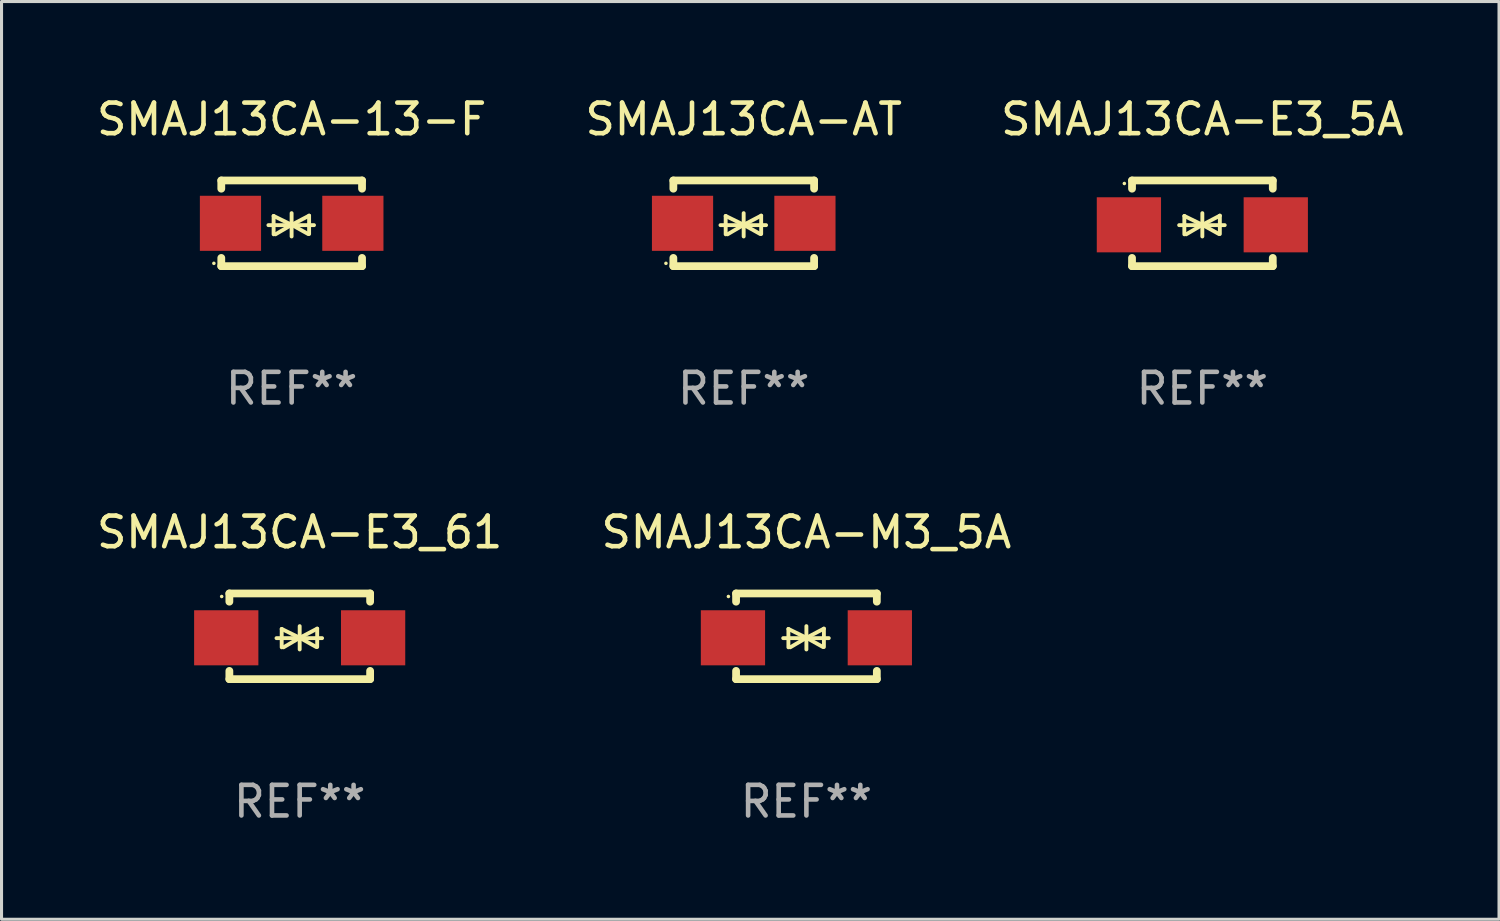
<source format=kicad_pcb>
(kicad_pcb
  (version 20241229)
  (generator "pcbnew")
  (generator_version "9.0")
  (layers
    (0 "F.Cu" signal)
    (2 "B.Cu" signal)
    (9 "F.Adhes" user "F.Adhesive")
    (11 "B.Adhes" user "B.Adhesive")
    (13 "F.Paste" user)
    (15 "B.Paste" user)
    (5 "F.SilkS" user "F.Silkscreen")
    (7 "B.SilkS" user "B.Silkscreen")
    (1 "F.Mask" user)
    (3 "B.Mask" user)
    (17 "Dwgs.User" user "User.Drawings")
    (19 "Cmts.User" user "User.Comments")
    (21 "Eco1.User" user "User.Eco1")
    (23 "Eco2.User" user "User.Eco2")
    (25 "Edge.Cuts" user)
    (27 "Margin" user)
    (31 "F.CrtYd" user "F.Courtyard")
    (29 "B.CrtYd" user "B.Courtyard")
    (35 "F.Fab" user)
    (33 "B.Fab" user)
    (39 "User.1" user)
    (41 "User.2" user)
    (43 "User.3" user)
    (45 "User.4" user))
  (footprint "SMAJ13CA-E3_5A"
    (layer "F.Cu")
    (at 36.244 4.248)
    (property "Reference" "SMAJ13CA-E3_5A" (at 0 -3.4 0) (layer "F.SilkS") (effects (font (size 1 1) (thickness 0.15))))
    (attr through_hole)
    (fp_line (start -2.298 -1.4) (end -2.298 -1.131) (stroke (width 0.254) (type solid)) (layer "F.SilkS"))
    (fp_line (start -2.298 -1.4) (end 2.302 -1.4) (stroke (width 0.254) (type solid)) (layer "F.SilkS"))
    (fp_line (start -2.298 1.131) (end -2.298 1.4) (stroke (width 0.254) (type solid)) (layer "F.SilkS"))
    (fp_line (start -2.298 1.4) (end 2.302 1.4) (stroke (width 0.254) (type solid)) (layer "F.SilkS"))
    (fp_line (start -0.758 0.06) (end 0.732 0.06) (stroke (width 0.127) (type solid)) (layer "F.SilkS"))
    (fp_line (start -0.588 -0.24) (end -0.588 0.36) (stroke (width 0.127) (type solid)) (layer "F.SilkS"))
    (fp_line (start -0.588 -0.24) (end 0.000025 0.049) (stroke (width 0.127) (type solid)) (layer "F.SilkS"))
    (fp_line (start -0.528 0.36) (end 0.000025 0.049) (stroke (width 0.127) (type solid)) (layer "F.SilkS"))
    (fp_line (start 0.000025 0.049) (end 0.000025 -0.332) (stroke (width 0.127) (type solid)) (layer "F.SilkS"))
    (fp_line (start 0.000025 0.049) (end 0.000025 0.43) (stroke (width 0.127) (type solid)) (layer "F.SilkS"))
    (fp_line (start 0.542 0.35) (end 0.000025 0.049) (stroke (width 0.127) (type solid)) (layer "F.SilkS"))
    (fp_line (start 0.572 -0.25) (end 0.000025 0.049) (stroke (width 0.127) (type solid)) (layer "F.SilkS"))
    (fp_line (start 0.572 -0.25) (end 0.572 0.35) (stroke (width 0.127) (type solid)) (layer "F.SilkS"))
    (fp_line (start 2.302 -1.4) (end 2.302 -1.131) (stroke (width 0.254) (type solid)) (layer "F.SilkS"))
    (fp_line (start 2.302 1.131) (end 2.302 1.4) (stroke (width 0.254) (type solid)) (layer "F.SilkS"))
    (fp_circle (center -2.549 -1.301) (end -2.519 -1.301) (stroke (width 0.06) (type solid)) (fill no) (layer "F.SilkS"))
    (fp_text user "REF**" (at 0 5.4 0) (layer "F.Fab") (effects (font (size 1 1) (thickness 0.15))))
    (pad "1" smd rect (at -2.4 0.049) (size 2.1 1.8) (layers "F.Cu" "F.Mask" "F.Paste"))
    (pad "2" smd rect (at 2.4 0.049) (size 2.1 1.8) (layers "F.Cu" "F.Mask" "F.Paste")))
  (footprint "SMAJ13CA-M3_5A"
    (layer "F.Cu")
    (at 23.304 17.745)
    (property "Reference" "SMAJ13CA-M3_5A" (at 0 -3.4 0) (layer "F.SilkS") (effects (font (size 1 1) (thickness 0.15))))
    (attr through_hole)
    (fp_line (start -2.298 -1.4) (end -2.298 -1.131) (stroke (width 0.254) (type solid)) (layer "F.SilkS"))
    (fp_line (start -2.298 -1.4) (end 2.302 -1.4) (stroke (width 0.254) (type solid)) (layer "F.SilkS"))
    (fp_line (start -2.298 1.131) (end -2.298 1.4) (stroke (width 0.254) (type solid)) (layer "F.SilkS"))
    (fp_line (start -2.298 1.4) (end 2.302 1.4) (stroke (width 0.254) (type solid)) (layer "F.SilkS"))
    (fp_line (start -0.758 0.06) (end 0.732 0.06) (stroke (width 0.127) (type solid)) (layer "F.SilkS"))
    (fp_line (start -0.588 -0.24) (end -0.588 0.36) (stroke (width 0.127) (type solid)) (layer "F.SilkS"))
    (fp_line (start -0.588 -0.24) (end 0.000025 0.049) (stroke (width 0.127) (type solid)) (layer "F.SilkS"))
    (fp_line (start -0.528 0.36) (end 0.000025 0.049) (stroke (width 0.127) (type solid)) (layer "F.SilkS"))
    (fp_line (start 0.000025 0.049) (end 0.000025 -0.332) (stroke (width 0.127) (type solid)) (layer "F.SilkS"))
    (fp_line (start 0.000025 0.049) (end 0.000025 0.43) (stroke (width 0.127) (type solid)) (layer "F.SilkS"))
    (fp_line (start 0.542 0.35) (end 0.000025 0.049) (stroke (width 0.127) (type solid)) (layer "F.SilkS"))
    (fp_line (start 0.572 -0.25) (end 0.000025 0.049) (stroke (width 0.127) (type solid)) (layer "F.SilkS"))
    (fp_line (start 0.572 -0.25) (end 0.572 0.35) (stroke (width 0.127) (type solid)) (layer "F.SilkS"))
    (fp_line (start 2.302 -1.4) (end 2.302 -1.131) (stroke (width 0.254) (type solid)) (layer "F.SilkS"))
    (fp_line (start 2.302 1.131) (end 2.302 1.4) (stroke (width 0.254) (type solid)) (layer "F.SilkS"))
    (fp_circle (center -2.549 -1.301) (end -2.519 -1.301) (stroke (width 0.06) (type solid)) (fill no) (layer "F.SilkS"))
    (fp_text user "REF**" (at 0 5.4 0) (layer "F.Fab") (effects (font (size 1 1) (thickness 0.15))))
    (pad "1" smd rect (at -2.4 0.049) (size 2.1 1.8) (layers "F.Cu" "F.Mask" "F.Paste"))
    (pad "2" smd rect (at 2.4 0.049) (size 2.1 1.8) (layers "F.Cu" "F.Mask" "F.Paste")))
  (footprint "SMAJ13CA-AT"
    (layer "F.Cu")
    (at 21.256 4.248)
    (property "Reference" "SMAJ13CA-AT" (at 0 -3.4 0) (layer "F.SilkS") (effects (font (size 1 1) (thickness 0.15))))
    (attr through_hole)
    (fp_line (start -2.3 -1.4) (end -2.3 -1.131) (stroke (width 0.254) (type solid)) (layer "F.SilkS"))
    (fp_line (start -2.3 -1.4) (end 2.3 -1.4) (stroke (width 0.254) (type solid)) (layer "F.SilkS"))
    (fp_line (start -2.3 1.131) (end -2.3 1.4) (stroke (width 0.254) (type solid)) (layer "F.SilkS"))
    (fp_line (start -2.3 1.4) (end 2.3 1.4) (stroke (width 0.254) (type solid)) (layer "F.SilkS"))
    (fp_line (start -0.76 0.06) (end 0.73 0.06) (stroke (width 0.127) (type solid)) (layer "F.SilkS"))
    (fp_line (start -0.59 -0.24) (end -0.59 0.36) (stroke (width 0.127) (type solid)) (layer "F.SilkS"))
    (fp_line (start -0.59 -0.24) (end -0.002 0.049) (stroke (width 0.127) (type solid)) (layer "F.SilkS"))
    (fp_line (start -0.53 0.36) (end -0.002 0.049) (stroke (width 0.127) (type solid)) (layer "F.SilkS"))
    (fp_line (start -0.002 0.049) (end -0.002 -0.332) (stroke (width 0.127) (type solid)) (layer "F.SilkS"))
    (fp_line (start -0.002 0.049) (end -0.002 0.43) (stroke (width 0.127) (type solid)) (layer "F.SilkS"))
    (fp_line (start 0.54 0.35) (end -0.002 0.049) (stroke (width 0.127) (type solid)) (layer "F.SilkS"))
    (fp_line (start 0.57 -0.25) (end -0.002 0.049) (stroke (width 0.127) (type solid)) (layer "F.SilkS"))
    (fp_line (start 0.57 -0.25) (end 0.57 0.35) (stroke (width 0.127) (type solid)) (layer "F.SilkS"))
    (fp_line (start 2.3 -1.4) (end 2.3 -1.131) (stroke (width 0.254) (type solid)) (layer "F.SilkS"))
    (fp_line (start 2.3 1.131) (end 2.3 1.4) (stroke (width 0.254) (type solid)) (layer "F.SilkS"))
    (fp_circle (center -2.542 1.308) (end -2.512 1.308) (stroke (width 0.06) (type solid)) (fill no) (layer "F.SilkS"))
    (fp_text user "REF**" (at 0 5.4 0) (layer "F.Fab") (effects (font (size 1 1) (thickness 0.15))))
    (pad "1" smd rect (at -2 0) (size 2 1.8) (layers "F.Cu" "F.Mask" "F.Paste"))
    (pad "2" smd rect (at 2 0) (size 2 1.8) (layers "F.Cu" "F.Mask" "F.Paste")))
  (footprint "SMAJ13CA-13-F"
    (layer "F.Cu")
    (at 6.482 4.248)
    (property "Reference" "SMAJ13CA-13-F" (at 0 -3.4 0) (layer "F.SilkS") (effects (font (size 1 1) (thickness 0.15))))
    (attr through_hole)
    (fp_line (start -2.3 -1.4) (end -2.3 -1.131) (stroke (width 0.254) (type solid)) (layer "F.SilkS"))
    (fp_line (start -2.3 -1.4) (end 2.3 -1.4) (stroke (width 0.254) (type solid)) (layer "F.SilkS"))
    (fp_line (start -2.3 1.131) (end -2.3 1.4) (stroke (width 0.254) (type solid)) (layer "F.SilkS"))
    (fp_line (start -2.3 1.4) (end 2.3 1.4) (stroke (width 0.254) (type solid)) (layer "F.SilkS"))
    (fp_line (start -0.76 0.06) (end 0.73 0.06) (stroke (width 0.127) (type solid)) (layer "F.SilkS"))
    (fp_line (start -0.59 -0.24) (end -0.59 0.36) (stroke (width 0.127) (type solid)) (layer "F.SilkS"))
    (fp_line (start -0.59 -0.24) (end -0.002 0.049) (stroke (width 0.127) (type solid)) (layer "F.SilkS"))
    (fp_line (start -0.53 0.36) (end -0.002 0.049) (stroke (width 0.127) (type solid)) (layer "F.SilkS"))
    (fp_line (start -0.002 0.049) (end -0.002 -0.332) (stroke (width 0.127) (type solid)) (layer "F.SilkS"))
    (fp_line (start -0.002 0.049) (end -0.002 0.43) (stroke (width 0.127) (type solid)) (layer "F.SilkS"))
    (fp_line (start 0.54 0.35) (end -0.002 0.049) (stroke (width 0.127) (type solid)) (layer "F.SilkS"))
    (fp_line (start 0.57 -0.25) (end -0.002 0.049) (stroke (width 0.127) (type solid)) (layer "F.SilkS"))
    (fp_line (start 0.57 -0.25) (end 0.57 0.35) (stroke (width 0.127) (type solid)) (layer "F.SilkS"))
    (fp_line (start 2.3 -1.4) (end 2.3 -1.131) (stroke (width 0.254) (type solid)) (layer "F.SilkS"))
    (fp_line (start 2.3 1.131) (end 2.3 1.4) (stroke (width 0.254) (type solid)) (layer "F.SilkS"))
    (fp_circle (center -2.542 1.308) (end -2.512 1.308) (stroke (width 0.06) (type solid)) (fill no) (layer "F.SilkS"))
    (fp_text user "REF**" (at 0 5.4 0) (layer "F.Fab") (effects (font (size 1 1) (thickness 0.15))))
    (pad "1" smd rect (at -2 0) (size 2 1.8) (layers "F.Cu" "F.Mask" "F.Paste"))
    (pad "2" smd rect (at 2 0) (size 2 1.8) (layers "F.Cu" "F.Mask" "F.Paste")))
  (footprint "SMAJ13CA-E3_61"
    (layer "F.Cu")
    (at 6.744 17.745)
    (property "Reference" "SMAJ13CA-E3_61" (at 0 -3.4 0) (layer "F.SilkS") (effects (font (size 1 1) (thickness 0.15))))
    (attr through_hole)
    (fp_line (start -2.298 -1.4) (end -2.298 -1.131) (stroke (width 0.254) (type solid)) (layer "F.SilkS"))
    (fp_line (start -2.298 -1.4) (end 2.302 -1.4) (stroke (width 0.254) (type solid)) (layer "F.SilkS"))
    (fp_line (start -2.298 1.131) (end -2.298 1.4) (stroke (width 0.254) (type solid)) (layer "F.SilkS"))
    (fp_line (start -2.298 1.4) (end 2.302 1.4) (stroke (width 0.254) (type solid)) (layer "F.SilkS"))
    (fp_line (start -0.758 0.06) (end 0.732 0.06) (stroke (width 0.127) (type solid)) (layer "F.SilkS"))
    (fp_line (start -0.588 -0.24) (end -0.588 0.36) (stroke (width 0.127) (type solid)) (layer "F.SilkS"))
    (fp_line (start -0.588 -0.24) (end 0.000025 0.049) (stroke (width 0.127) (type solid)) (layer "F.SilkS"))
    (fp_line (start -0.528 0.36) (end 0.000025 0.049) (stroke (width 0.127) (type solid)) (layer "F.SilkS"))
    (fp_line (start 0.000025 0.049) (end 0.000025 -0.332) (stroke (width 0.127) (type solid)) (layer "F.SilkS"))
    (fp_line (start 0.000025 0.049) (end 0.000025 0.43) (stroke (width 0.127) (type solid)) (layer "F.SilkS"))
    (fp_line (start 0.542 0.35) (end 0.000025 0.049) (stroke (width 0.127) (type solid)) (layer "F.SilkS"))
    (fp_line (start 0.572 -0.25) (end 0.000025 0.049) (stroke (width 0.127) (type solid)) (layer "F.SilkS"))
    (fp_line (start 0.572 -0.25) (end 0.572 0.35) (stroke (width 0.127) (type solid)) (layer "F.SilkS"))
    (fp_line (start 2.302 -1.4) (end 2.302 -1.131) (stroke (width 0.254) (type solid)) (layer "F.SilkS"))
    (fp_line (start 2.302 1.131) (end 2.302 1.4) (stroke (width 0.254) (type solid)) (layer "F.SilkS"))
    (fp_circle (center -2.549 -1.301) (end -2.519 -1.301) (stroke (width 0.06) (type solid)) (fill no) (layer "F.SilkS"))
    (fp_text user "REF**" (at 0 5.4 0) (layer "F.Fab") (effects (font (size 1 1) (thickness 0.15))))
    (pad "1" smd rect (at -2.4 0.049) (size 2.1 1.8) (layers "F.Cu" "F.Mask" "F.Paste"))
    (pad "2" smd rect (at 2.4 0.049) (size 2.1 1.8) (layers "F.Cu" "F.Mask" "F.Paste")))
  (gr_rect
    (start -3 -3)
    (end 45.94 26.993)
    (stroke (width 0.1) (type default))
    (fill no)
    (layer "Edge.Cuts")))
</source>
